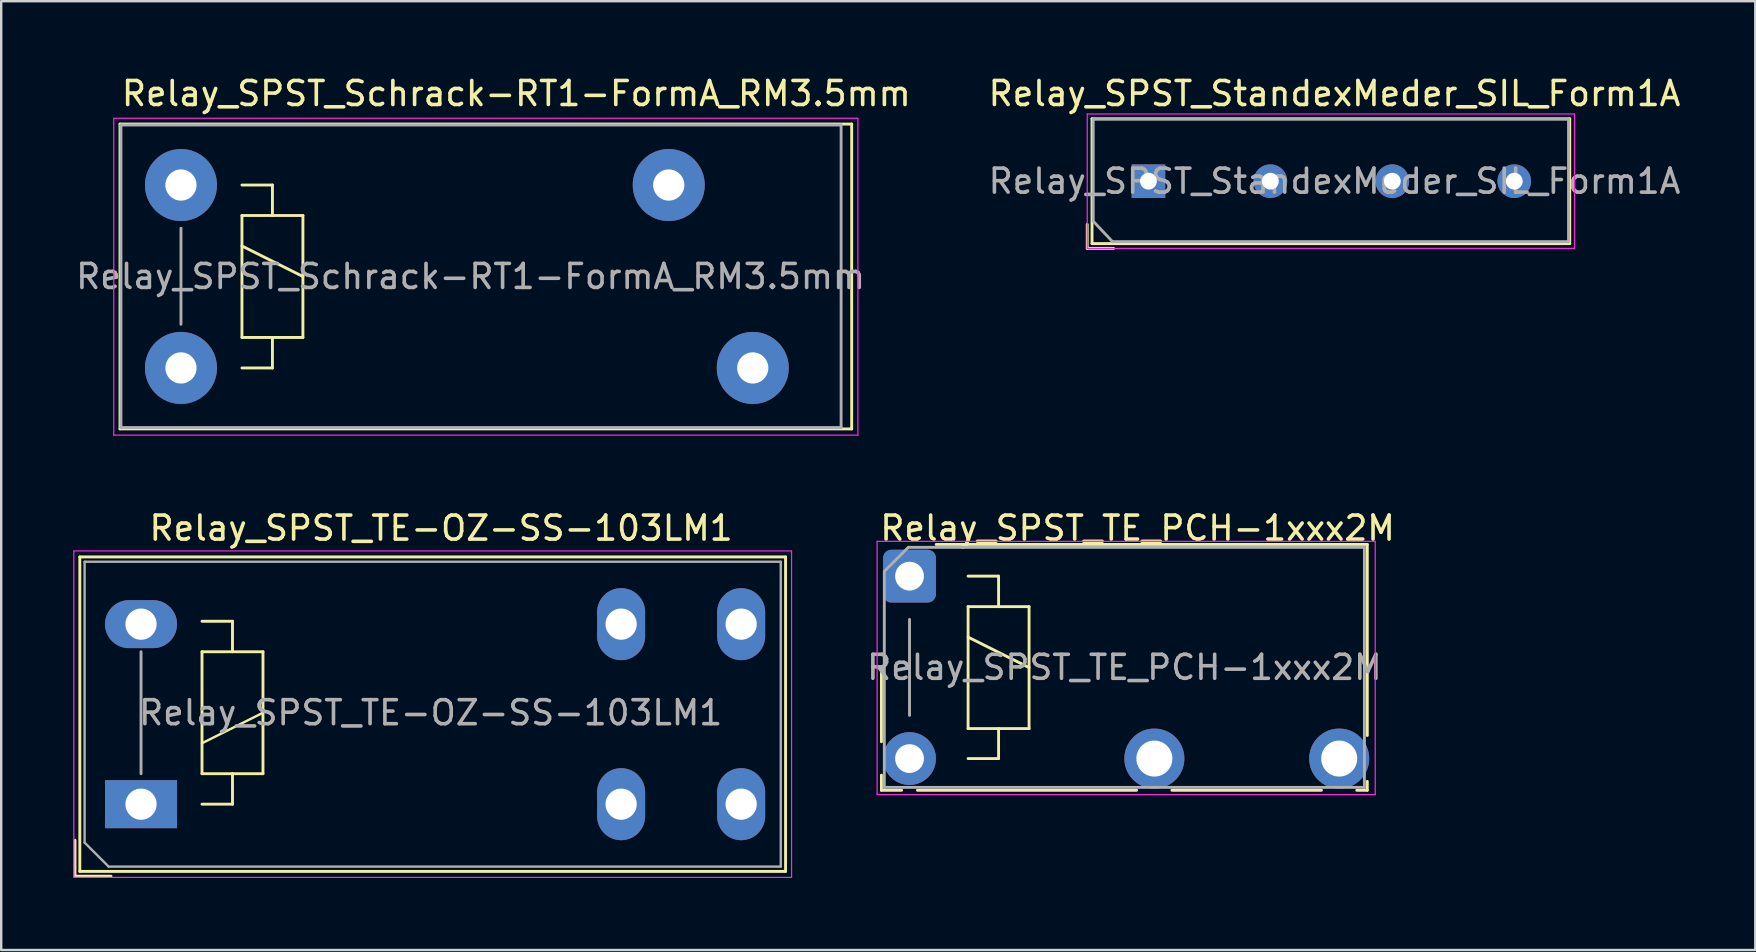
<source format=kicad_pcb>
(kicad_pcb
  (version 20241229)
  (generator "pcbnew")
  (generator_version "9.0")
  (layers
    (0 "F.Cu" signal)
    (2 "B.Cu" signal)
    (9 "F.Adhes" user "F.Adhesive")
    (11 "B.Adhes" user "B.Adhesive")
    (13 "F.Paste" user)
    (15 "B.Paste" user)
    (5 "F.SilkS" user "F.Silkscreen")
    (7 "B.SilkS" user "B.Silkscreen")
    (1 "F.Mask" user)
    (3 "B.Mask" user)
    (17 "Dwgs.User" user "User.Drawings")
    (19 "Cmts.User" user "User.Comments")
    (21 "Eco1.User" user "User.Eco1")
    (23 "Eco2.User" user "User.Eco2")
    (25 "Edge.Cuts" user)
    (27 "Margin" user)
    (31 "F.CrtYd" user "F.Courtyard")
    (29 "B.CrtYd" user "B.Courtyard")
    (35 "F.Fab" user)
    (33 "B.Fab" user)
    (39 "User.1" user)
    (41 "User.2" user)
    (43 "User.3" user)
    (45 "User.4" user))
  (footprint "Relay_SPST_TE-OZ-SS-103LM1"
    (layer "F.Cu")
    (at 2.825 30.451)
    (property "Reference" "Relay_SPST_TE-OZ-SS-103LM1" (at 12.5 -11.5 0) (layer "F.SilkS") (effects (font (size 1 1) (thickness 0.15))))
    (attr through_hole)
    (fp_line (start -2.75 1.5) (end -2.75 3) (stroke (width 0.12) (type solid)) (layer "F.SilkS"))
    (fp_line (start -2.75 3) (end -1.25 3) (stroke (width 0.12) (type solid)) (layer "F.SilkS"))
    (fp_line (start -2.55 -10.3) (end -2.55 2.8) (stroke (width 0.12) (type solid)) (layer "F.SilkS"))
    (fp_line (start -2.55 2.8) (end 26.85 2.8) (stroke (width 0.12) (type solid)) (layer "F.SilkS"))
    (fp_line (start 2.54 -6.35) (end 2.54 -1.27) (stroke (width 0.12) (type solid)) (layer "F.SilkS"))
    (fp_line (start 2.54 -2.54) (end 5.08 -3.81) (stroke (width 0.1) (type solid)) (layer "F.SilkS"))
    (fp_line (start 2.54 -1.27) (end 3.81 -1.27) (stroke (width 0.12) (type solid)) (layer "F.SilkS"))
    (fp_line (start 2.54 0) (end 3.81 0) (stroke (width 0.12) (type solid)) (layer "F.SilkS"))
    (fp_line (start 3.81 -7.62) (end 2.54 -7.62) (stroke (width 0.12) (type solid)) (layer "F.SilkS"))
    (fp_line (start 3.81 -6.35) (end 3.81 -7.62) (stroke (width 0.12) (type solid)) (layer "F.SilkS"))
    (fp_line (start 3.81 -1.27) (end 5.08 -1.27) (stroke (width 0.12) (type solid)) (layer "F.SilkS"))
    (fp_line (start 3.81 0) (end 3.81 -1.27) (stroke (width 0.12) (type solid)) (layer "F.SilkS"))
    (fp_line (start 5.08 -6.35) (end 2.54 -6.35) (stroke (width 0.12) (type solid)) (layer "F.SilkS"))
    (fp_line (start 5.08 -1.27) (end 5.08 -6.35) (stroke (width 0.12) (type solid)) (layer "F.SilkS"))
    (fp_line (start 26.85 -10.3) (end -2.55 -10.3) (stroke (width 0.12) (type solid)) (layer "F.SilkS"))
    (fp_line (start 26.85 2.8) (end 26.85 -10.3) (stroke (width 0.12) (type solid)) (layer "F.SilkS"))
    (fp_line (start -2.8 -10.55) (end -2.8 3.05) (stroke (width 0.05) (type solid)) (layer "F.CrtYd"))
    (fp_line (start -2.8 3.05) (end 27.1 3.05) (stroke (width 0.05) (type solid)) (layer "F.CrtYd"))
    (fp_line (start 27.1 -10.55) (end -2.8 -10.55) (stroke (width 0.05) (type solid)) (layer "F.CrtYd"))
    (fp_line (start 27.1 3.05) (end 27.1 -10.55) (stroke (width 0.05) (type solid)) (layer "F.CrtYd"))
    (fp_line (start -2.35 -10.1) (end -2.35 1.6) (stroke (width 0.1) (type solid)) (layer "F.Fab"))
    (fp_line (start -2.35 1.6) (end -1.35 2.6) (stroke (width 0.1) (type solid)) (layer "F.Fab"))
    (fp_line (start -1.35 2.6) (end 26.65 2.6) (stroke (width 0.1) (type solid)) (layer "F.Fab"))
    (fp_line (start 0 -1.27) (end 0 -6.35) (stroke (width 0.12) (type solid)) (layer "F.Fab"))
    (fp_line (start 26.65 -10.1) (end -2.35 -10.1) (stroke (width 0.1) (type solid)) (layer "F.Fab"))
    (fp_line (start 26.65 2.6) (end 26.65 -10.1) (stroke (width 0.1) (type solid)) (layer "F.Fab"))
    (fp_text user "${REFERENCE}" (at 12.065 -3.81 180) (layer "F.Fab") (effects (font (size 1 1) (thickness 0.15))))
    (pad "1" thru_hole rect (at 0 0 180) (size 3 2) (drill 1.3) (layers "*.Cu" "*.Mask"))
    (pad "2" thru_hole oval (at 20 0 180) (size 2 3) (drill 1.3) (layers "*.Cu" "*.Mask"))
    (pad "3" thru_hole oval (at 25 0 180) (size 2 3) (drill 1.3) (layers "*.Cu" "*.Mask"))
    (pad "4" thru_hole oval (at 25 -7.5 180) (size 2 3) (drill 1.3) (layers "*.Cu" "*.Mask"))
    (pad "5" thru_hole oval (at 20 -7.5 180) (size 2 3) (drill 1.3) (layers "*.Cu" "*.Mask"))
    (pad "6" thru_hole oval (at 0 -7.5 180) (size 3 2) (drill 1.3) (layers "*.Cu" "*.Mask")))
  (footprint "Relay_SPST_StandexMeder_SIL_Form1A"
    (layer "F.Cu")
    (at 44.792 4.498)
    (property "Reference" "Relay_SPST_StandexMeder_SIL_Form1A" (at 7.75 -3.65 0) (layer "F.SilkS") (effects (font (size 1 1) (thickness 0.15))))
    (attr through_hole)
    (fp_line (start -2.55 2.8) (end -2.55 1.8) (stroke (width 0.12) (type solid)) (layer "F.SilkS"))
    (fp_line (start -2.35 -2.6) (end 17.55 -2.6) (stroke (width 0.12) (type solid)) (layer "F.SilkS"))
    (fp_line (start -2.35 2.6) (end -2.35 -2.6) (stroke (width 0.12) (type solid)) (layer "F.SilkS"))
    (fp_line (start -1.45 2.8) (end -2.55 2.8) (stroke (width 0.12) (type solid)) (layer "F.SilkS"))
    (fp_line (start 17.55 -2.6) (end 17.55 2.6) (stroke (width 0.12) (type solid)) (layer "F.SilkS"))
    (fp_line (start 17.55 2.6) (end -2.35 2.6) (stroke (width 0.12) (type solid)) (layer "F.SilkS"))
    (fp_line (start -2.55 -2.8) (end -2.55 2.8) (stroke (width 0.05) (type solid)) (layer "F.CrtYd"))
    (fp_line (start -2.55 -2.8) (end 17.75 -2.8) (stroke (width 0.05) (type solid)) (layer "F.CrtYd"))
    (fp_line (start 17.75 2.8) (end -2.55 2.8) (stroke (width 0.05) (type solid)) (layer "F.CrtYd"))
    (fp_line (start 17.75 2.8) (end 17.75 -2.8) (stroke (width 0.05) (type solid)) (layer "F.CrtYd"))
    (fp_line (start -2.3 -2.583) (end 17.5 -2.583) (stroke (width 0.12) (type solid)) (layer "F.Fab"))
    (fp_line (start -2.3 1.667) (end -2.3 -2.583) (stroke (width 0.12) (type solid)) (layer "F.Fab"))
    (fp_line (start -1.5 2.517) (end -2.3 1.667) (stroke (width 0.12) (type solid)) (layer "F.Fab"))
    (fp_line (start 17.5 -2.583) (end 17.5 2.517) (stroke (width 0.12) (type solid)) (layer "F.Fab"))
    (fp_line (start 17.5 2.517) (end -1.5 2.517) (stroke (width 0.12) (type solid)) (layer "F.Fab"))
    (fp_text user "${REFERENCE}" (at 7.75 0 0) (layer "F.Fab") (effects (font (size 1 1) (thickness 0.15))))
    (pad "1" thru_hole rect (at 0 0) (size 1.4 1.4) (drill 0.7) (layers "*.Cu" "*.Mask"))
    (pad "3" thru_hole circle (at 5.08 0) (size 1.4 1.4) (drill 0.7) (layers "*.Cu" "*.Mask"))
    (pad "5" thru_hole circle (at 10.16 0) (size 1.4 1.4) (drill 0.7) (layers "*.Cu" "*.Mask"))
    (pad "7" thru_hole circle (at 15.24 0) (size 1.4 1.4) (drill 0.7) (layers "*.Cu" "*.Mask")))
  (footprint "Relay_SPST_TE_PCH-1xxx2M"
    (layer "F.Cu")
    (at 34.839 20.951)
    (property "Reference" "Relay_SPST_TE_PCH-1xxx2M" (at 9.5 -2 0) (layer "F.SilkS") (effects (font (size 1 1) (thickness 0.15))))
    (attr through_hole)
    (fp_line (start -1.17 3.8) (end -1.17 6.9) (stroke (width 0.12) (type solid)) (layer "F.SilkS"))
    (fp_line (start -1.17 8.29) (end -1.17 8.92) (stroke (width 0.12) (type solid)) (layer "F.SilkS"))
    (fp_line (start -0.33 8.92) (end -1.17 8.92) (stroke (width 0.12) (type solid)) (layer "F.SilkS"))
    (fp_line (start 2.44 0) (end 3.71 0) (stroke (width 0.12) (type solid)) (layer "F.SilkS"))
    (fp_line (start 2.44 1.27) (end 3.71 1.27) (stroke (width 0.12) (type solid)) (layer "F.SilkS"))
    (fp_line (start 2.44 2.54) (end 4.98 3.81) (stroke (width 0.12) (type solid)) (layer "F.SilkS"))
    (fp_line (start 2.44 6.35) (end 2.44 1.27) (stroke (width 0.12) (type solid)) (layer "F.SilkS"))
    (fp_line (start 3.71 0) (end 3.71 1.27) (stroke (width 0.12) (type solid)) (layer "F.SilkS"))
    (fp_line (start 3.71 1.27) (end 4.98 1.27) (stroke (width 0.12) (type solid)) (layer "F.SilkS"))
    (fp_line (start 3.71 6.35) (end 3.71 7.6) (stroke (width 0.12) (type solid)) (layer "F.SilkS"))
    (fp_line (start 3.71 7.6) (end 2.44 7.6) (stroke (width 0.12) (type solid)) (layer "F.SilkS"))
    (fp_line (start 4.98 1.27) (end 4.98 6.35) (stroke (width 0.12) (type solid)) (layer "F.SilkS"))
    (fp_line (start 4.98 6.35) (end 2.44 6.35) (stroke (width 0.12) (type solid)) (layer "F.SilkS"))
    (fp_line (start 9.46 8.92) (end 0.33 8.92) (stroke (width 0.12) (type solid)) (layer "F.SilkS"))
    (fp_line (start 17.16 8.92) (end 10.93 8.92) (stroke (width 0.12) (type solid)) (layer "F.SilkS"))
    (fp_line (start 19.07 -1.32) (end 1.11 -1.32) (stroke (width 0.12) (type solid)) (layer "F.SilkS"))
    (fp_line (start 19.07 -1.32) (end 19.07 6.64) (stroke (width 0.12) (type solid)) (layer "F.SilkS"))
    (fp_line (start 19.07 8.92) (end 18.63 8.92) (stroke (width 0.12) (type solid)) (layer "F.SilkS"))
    (fp_line (start 19.07 8.92) (end 19.07 8.55) (stroke (width 0.12) (type solid)) (layer "F.SilkS"))
    (fp_line (start -1.35 -1.45) (end 19.4 -1.45) (stroke (width 0.05) (type solid)) (layer "F.CrtYd"))
    (fp_line (start -1.35 9.1) (end -1.35 -1.45) (stroke (width 0.05) (type solid)) (layer "F.CrtYd"))
    (fp_line (start 19.4 -1.45) (end 19.4 9.1) (stroke (width 0.05) (type solid)) (layer "F.CrtYd"))
    (fp_line (start 19.4 9.1) (end -1.35 9.1) (stroke (width 0.05) (type solid)) (layer "F.CrtYd"))
    (fp_line (start -1.05 8.8) (end -1.05 -0.2) (stroke (width 0.12) (type solid)) (layer "F.Fab"))
    (fp_line (start -0.05 -1.2) (end -1.05 -0.2) (stroke (width 0.12) (type solid)) (layer "F.Fab"))
    (fp_line (start -0.05 -1.2) (end 18.95 -1.2) (stroke (width 0.12) (type solid)) (layer "F.Fab"))
    (fp_line (start 0 1.8) (end 0 5.8) (stroke (width 0.12) (type solid)) (layer "F.Fab"))
    (fp_line (start 18.95 -1.2) (end 18.95 8.8) (stroke (width 0.12) (type solid)) (layer "F.Fab"))
    (fp_line (start 18.95 8.8) (end -1.05 8.8) (stroke (width 0.12) (type solid)) (layer "F.Fab"))
    (fp_text user "${REFERENCE}" (at 8.95 3.8 0) (layer "F.Fab") (effects (font (size 1 1) (thickness 0.15))))
    (pad "1" thru_hole roundrect (at 0 0) (size 2.2 2.2) (drill 1.2) (layers "*.Cu" "*.Mask") (roundrect_rratio 0.155))
    (pad "2" thru_hole circle (at 10.2 7.6) (size 2.5 2.5) (drill 1.5) (layers "*.Cu" "*.Mask"))
    (pad "3" thru_hole circle (at 17.9 7.6) (size 2.5 2.5) (drill 1.5) (layers "*.Cu" "*.Mask"))
    (pad "5" thru_hole circle (at 0 7.6) (size 2.2 2.2) (drill 1.2) (layers "*.Cu" "*.Mask")))
  (footprint "Relay_SPST_Schrack-RT1-FormA_RM3.5mm"
    (layer "F.Cu")
    (at 4.489 4.658)
    (property "Reference" "Relay_SPST_Schrack-RT1-FormA_RM3.5mm" (at 13.97 -3.81 0) (layer "F.SilkS") (effects (font (size 1 1) (thickness 0.15))))
    (attr through_hole)
    (fp_line (start -2.54 -2.54) (end 27.94 -2.54) (stroke (width 0.12) (type solid)) (layer "F.SilkS"))
    (fp_line (start -2.54 10.16) (end -2.54 -2.54) (stroke (width 0.12) (type solid)) (layer "F.SilkS"))
    (fp_line (start 2.54 0) (end 3.81 0) (stroke (width 0.12) (type solid)) (layer "F.SilkS"))
    (fp_line (start 2.54 1.27) (end 3.81 1.27) (stroke (width 0.12) (type solid)) (layer "F.SilkS"))
    (fp_line (start 2.54 2.54) (end 5.08 3.81) (stroke (width 0.12) (type solid)) (layer "F.SilkS"))
    (fp_line (start 2.54 6.35) (end 2.54 1.27) (stroke (width 0.12) (type solid)) (layer "F.SilkS"))
    (fp_line (start 3.81 0) (end 3.81 1.27) (stroke (width 0.12) (type solid)) (layer "F.SilkS"))
    (fp_line (start 3.81 1.27) (end 5.08 1.27) (stroke (width 0.12) (type solid)) (layer "F.SilkS"))
    (fp_line (start 3.81 6.35) (end 3.81 7.62) (stroke (width 0.12) (type solid)) (layer "F.SilkS"))
    (fp_line (start 3.81 7.62) (end 2.54 7.62) (stroke (width 0.12) (type solid)) (layer "F.SilkS"))
    (fp_line (start 5.08 1.27) (end 5.08 6.35) (stroke (width 0.12) (type solid)) (layer "F.SilkS"))
    (fp_line (start 5.08 6.35) (end 2.54 6.35) (stroke (width 0.12) (type solid)) (layer "F.SilkS"))
    (fp_line (start 27.94 -2.54) (end 27.94 10.16) (stroke (width 0.12) (type solid)) (layer "F.SilkS"))
    (fp_line (start 27.94 10.16) (end -2.54 10.16) (stroke (width 0.12) (type solid)) (layer "F.SilkS"))
    (fp_line (start -2.8 -2.78) (end 28.2 -2.78) (stroke (width 0.05) (type solid)) (layer "F.CrtYd"))
    (fp_line (start -2.8 10.42) (end -2.8 -2.78) (stroke (width 0.05) (type solid)) (layer "F.CrtYd"))
    (fp_line (start 28.2 -2.78) (end 28.2 10.42) (stroke (width 0.05) (type solid)) (layer "F.CrtYd"))
    (fp_line (start 28.2 10.42) (end -2.8 10.42) (stroke (width 0.05) (type solid)) (layer "F.CrtYd"))
    (fp_line (start -2.5 -2.5) (end 27.5 -2.5) (stroke (width 0.12) (type solid)) (layer "F.Fab"))
    (fp_line (start -2.5 10.1) (end -2.5 -2.5) (stroke (width 0.12) (type solid)) (layer "F.Fab"))
    (fp_line (start 0 1.8) (end 0 5.8) (stroke (width 0.12) (type solid)) (layer "F.Fab"))
    (fp_line (start 27.5 -2.5) (end 27.5 10.1) (stroke (width 0.12) (type solid)) (layer "F.Fab"))
    (fp_line (start 27.5 10.1) (end -2.5 10.1) (stroke (width 0.12) (type solid)) (layer "F.Fab"))
    (fp_text user "${REFERENCE}" (at 12.065 3.81 0) (layer "F.Fab") (effects (font (size 1 1) (thickness 0.15))))
    (pad "11" thru_hole circle (at 20.32 0) (size 3 3) (drill 1.3) (layers "*.Cu" "*.Mask"))
    (pad "14" thru_hole circle (at 23.82 7.62) (size 3 3) (drill 1.3) (layers "*.Cu" "*.Mask"))
    (pad "A1" thru_hole circle (at 0 0) (size 3 3) (drill 1.3) (layers "*.Cu" "*.Mask"))
    (pad "A2" thru_hole circle (at 0 7.62) (size 3 3) (drill 1.3) (layers "*.Cu" "*.Mask")))
  (gr_rect
    (start -3 -3)
    (end 70.072 36.526)
    (stroke (width 0.1) (type default))
    (fill no)
    (layer "Edge.Cuts")))
</source>
